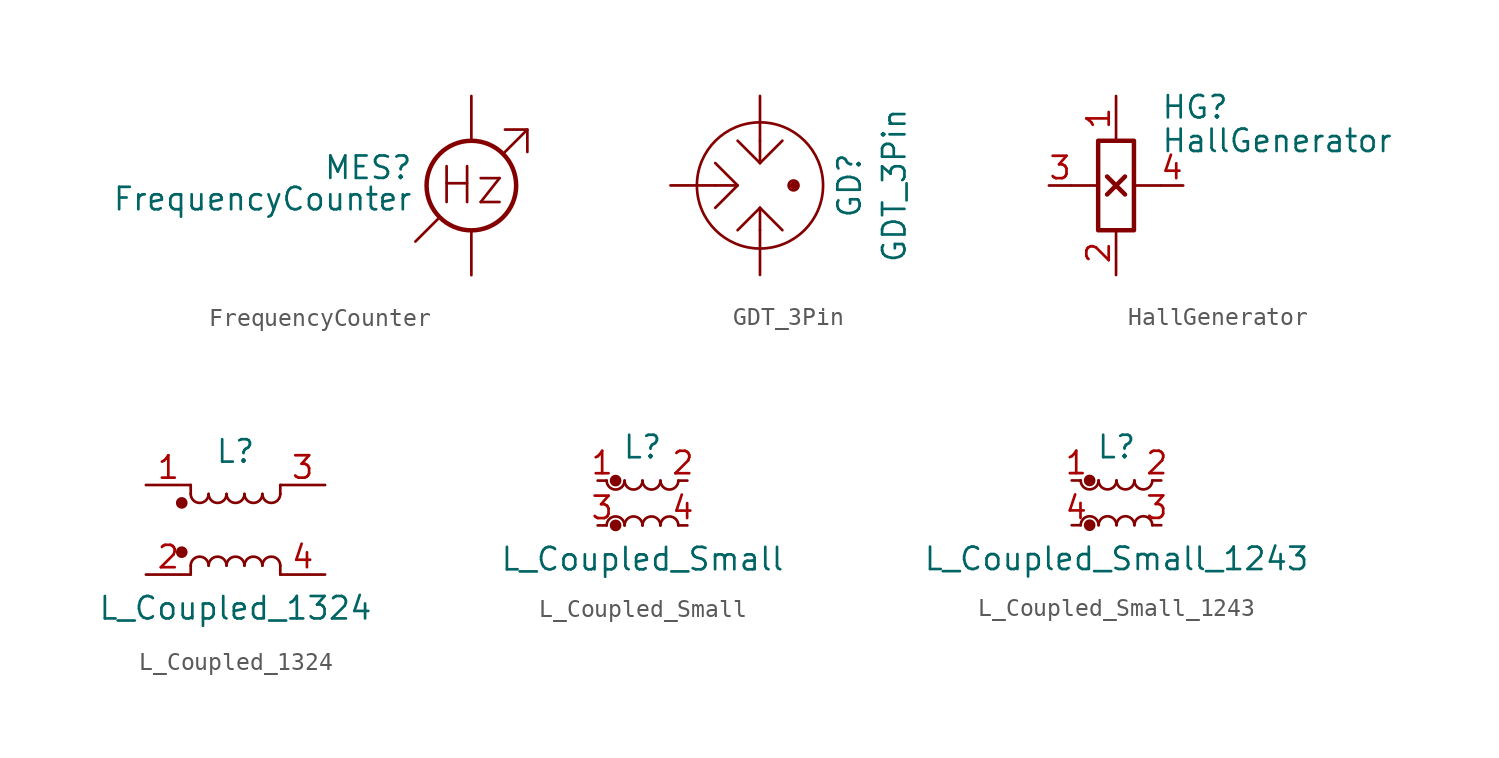
<source format=kicad_sym>
(kicad_symbol_lib
  (version 20220914)
  (generator kicad_symbol_editor)
  (symbol "FrequencyCounter"
    (pin_numbers hide)
    (pin_names
      (offset 0.025) hide)
    (property "Reference" "MES"
      (at -3.302 1.016 0)
      (effects (font (size 1.27 1.27)) (justify right)))
    (property "Value" "FrequencyCounter"
      (at -3.302 -0.762 0)
      (effects (font (size 1.27 1.27)) (justify right)))
    (symbol "FrequencyCounter_0_0"
      (polyline (pts (xy -3.175 -3.175) (xy -1.905 -1.905)) (stroke (width 0) (type default)) (fill (type none)))
      (polyline (pts (xy 1.905 1.905) (xy 3.175 3.175)) (stroke (width 0) (type default)) (fill (type none)))
      (polyline (pts (xy 1.905 3.175) (xy 3.175 3.175) (xy 3.175 1.905)) (stroke (width 0) (type default)) (fill (type none)))
      (text "Hz" (at 0 0 0) (effects (font (size 2.032 2.032)))))
    (symbol "FrequencyCounter_0_1"
      (circle (center 0 0) (radius 2.54) (stroke (width 0.254) (type default)) (fill (type none))))
    (symbol "FrequencyCounter_1_1"
      (pin passive line (at 0 -5.08 90) (length 2.54) (name "-" (effects (font (size 1.27 1.27)))) (number "1" (effects (font (size 1.27 1.27)))))
      (pin passive line (at 0 5.08 270) (length 2.54) (name "+" (effects (font (size 1.27 1.27)))) (number "2" (effects (font (size 1.27 1.27)))))))
  (symbol "GDT_3Pin"
    (pin_numbers hide)
    (property "Reference" "GD"
      (at 5.08 0 90)
      (effects (font (size 1.27 1.27))))
    (property "Value" "GDT_3Pin"
      (at 7.62 0 90)
      (effects (font (size 1.27 1.27))))
    (symbol "GDT_3Pin_0_1"
      (polyline (pts (xy -2.54 0) (xy -1.27 0)) (stroke (width 0) (type default)) (fill (type none)))
      (polyline (pts (xy 0 -2.54) (xy 0 -1.27)) (stroke (width 0) (type default)) (fill (type none)))
      (polyline (pts (xy 0 -1.27) (xy -1.27 -2.54)) (stroke (width 0) (type default)) (fill (type none)))
      (polyline (pts (xy 0 -1.27) (xy 1.27 -2.54)) (stroke (width 0) (type default)) (fill (type none)))
      (polyline (pts (xy 0 1.27) (xy -1.27 2.54)) (stroke (width 0) (type default)) (fill (type none)))
      (polyline (pts (xy 0 1.27) (xy 1.27 2.54)) (stroke (width 0) (type default)) (fill (type none)))
      (polyline (pts (xy 0 2.54) (xy 0 1.27)) (stroke (width 0) (type default)) (fill (type none)))
      (polyline (pts (xy -2.54 1.27) (xy -1.27 0) (xy -2.54 -1.27)) (stroke (width 0) (type default)) (fill (type none)))
      (circle (center 0 0) (radius 3.581) (stroke (width 0) (type default)) (fill (type none)))
      (circle (center 1.905 0) (radius 0.127) (stroke (width 0) (type default)) (fill (type none)))
      (circle (center 1.905 0) (radius 0.127) (stroke (width 0) (type default)) (fill (type none)))
      (circle (center 1.905 0) (radius 0.279) (stroke (width 0) (type default)) (fill (type none)))
      (circle (center 2.032 0) (radius 0.127) (stroke (width 0) (type default)) (fill (type none))))
    (symbol "GDT_3Pin_1_1"
      (pin passive line (at 0 -5.08 90) (length 2.54) (name "~" (effects (font (size 1.27 1.27)))) (number "1" (effects (font (size 1.27 1.27)))))
      (pin passive line (at -5.08 0 0) (length 2.54) (name "~" (effects (font (size 1.27 1.27)))) (number "2" (effects (font (size 1.27 1.27)))))
      (pin passive line (at 0 5.08 270) (length 2.54) (name "~" (effects (font (size 1.27 1.27)))) (number "3" (effects (font (size 1.27 1.27)))))))
  (symbol "HallGenerator"
    (pin_names
      (offset 0) hide)
    (property "Reference" "HG"
      (at 2.54 4.445 0)
      (effects (font (size 1.27 1.27)) (justify left)))
    (property "Value" "HallGenerator"
      (at 2.54 2.54 0)
      (effects (font (size 1.27 1.27)) (justify left)))
    (symbol "HallGenerator_0_1"
      (rectangle (start -1.016 2.54) (end 1.016 -2.54) (stroke (width 0.254) (type default)) (fill (type none)))
      (polyline (pts (xy -1.016 0) (xy -2.54 0)) (stroke (width 0) (type default)) (fill (type none)))
      (polyline (pts (xy -0.508 -0.508) (xy 0.508 0.508)) (stroke (width 0.254) (type default)) (fill (type none)))
      (polyline (pts (xy -0.508 0.508) (xy 0.508 -0.508)) (stroke (width 0.254) (type default)) (fill (type none)))
      (polyline (pts (xy 1.016 0) (xy 2.54 0)) (stroke (width 0) (type default)) (fill (type none))))
    (symbol "HallGenerator_1_1"
      (pin passive line (at 0 5.08 270) (length 2.54) (name "U1" (effects (font (size 1.27 1.27)))) (number "1" (effects (font (size 1.27 1.27)))))
      (pin passive line (at 0 -5.08 90) (length 2.54) (name "U2" (effects (font (size 1.27 1.27)))) (number "2" (effects (font (size 1.27 1.27)))))
      (pin passive line (at -3.81 0 0) (length 1.27) (name "UH1" (effects (font (size 1.27 1.27)))) (number "3" (effects (font (size 1.27 1.27)))))
      (pin passive line (at 3.81 0 180) (length 1.27) (name "UH2" (effects (font (size 1.27 1.27)))) (number "4" (effects (font (size 1.27 1.27)))))))
  (symbol "L_Coupled_1324"
    (pin_names
      (offset 0.254) hide)
    (property "Reference" "L"
      (at 0 4.445 0)
      (effects (font (size 1.27 1.27))))
    (property "Value" "L_Coupled_1324"
      (at 0 -4.445 0)
      (effects (font (size 1.27 1.27))))
    (symbol "L_Coupled_1324_0_1"
      (circle (center -3.048 -1.27) (radius 0.254) (stroke (width 0) (type default)) (fill (type outline)))
      (circle (center -3.048 1.524) (radius 0.254) (stroke (width 0) (type default)) (fill (type outline)))
      (arc (start -2.54 2.032) (mid -2.032 1.5262) (end -1.524 2.032) (stroke (width 0) (type default)) (fill (type none)))
      (arc (start -1.524 -2.032) (mid -2.032 -1.5262) (end -2.54 -2.032) (stroke (width 0) (type default)) (fill (type none)))
      (arc (start -1.524 2.032) (mid -1.016 1.5262) (end -0.508 2.032) (stroke (width 0) (type default)) (fill (type none)))
      (arc (start -0.508 -2.032) (mid -1.016 -1.5262) (end -1.524 -2.032) (stroke (width 0) (type default)) (fill (type none)))
      (arc (start -0.508 2.032) (mid 0 1.5262) (end 0.508 2.032) (stroke (width 0) (type default)) (fill (type none)))
      (polyline (pts (xy -2.54 -2.032) (xy -2.54 -2.54)) (stroke (width 0) (type default)) (fill (type none)))
      (polyline (pts (xy -2.54 2.032) (xy -2.54 2.54)) (stroke (width 0) (type default)) (fill (type none)))
      (polyline (pts (xy 2.54 -2.032) (xy 2.54 -2.54)) (stroke (width 0) (type default)) (fill (type none)))
      (polyline (pts (xy 2.54 2.54) (xy 2.54 2.032)) (stroke (width 0) (type default)) (fill (type none)))
      (arc (start 0.508 -2.032) (mid 0 -1.5262) (end -0.508 -2.032) (stroke (width 0) (type default)) (fill (type none)))
      (arc (start 0.508 2.032) (mid 1.016 1.5262) (end 1.524 2.032) (stroke (width 0) (type default)) (fill (type none)))
      (arc (start 1.524 -2.032) (mid 1.016 -1.5262) (end 0.508 -2.032) (stroke (width 0) (type default)) (fill (type none)))
      (arc (start 1.524 2.032) (mid 2.032 1.5262) (end 2.54 2.032) (stroke (width 0) (type default)) (fill (type none)))
      (arc (start 2.54 -2.032) (mid 2.032 -1.5262) (end 1.524 -2.032) (stroke (width 0) (type default)) (fill (type none))))
    (symbol "L_Coupled_1324_1_1"
      (pin passive line (at -5.08 2.54 0) (length 2.54) (name "1" (effects (font (size 1.27 1.27)))) (number "1" (effects (font (size 1.27 1.27)))))
      (pin passive line (at -5.08 -2.54 0) (length 2.54) (name "2" (effects (font (size 1.27 1.27)))) (number "2" (effects (font (size 1.27 1.27)))))
      (pin passive line (at 5.08 2.54 180) (length 2.54) (name "3" (effects (font (size 1.27 1.27)))) (number "3" (effects (font (size 1.27 1.27)))))
      (pin passive line (at 5.08 -2.54 180) (length 2.54) (name "4" (effects (font (size 1.27 1.27)))) (number "4" (effects (font (size 1.27 1.27)))))))
  (symbol "L_Coupled_Small"
    (pin_names
      (offset 0.254) hide)
    (property "Reference" "L"
      (at 0 3.175 0)
      (effects (font (size 1.27 1.27))))
    (property "Value" "L_Coupled_Small"
      (at 0 -3.175 0)
      (effects (font (size 1.27 1.27))))
    (symbol "L_Coupled_Small_0_1"
      (arc (start -2.032 1.27) (mid -1.524 0.7642) (end -1.016 1.27) (stroke (width 0) (type default)) (fill (type none)))
      (circle (center -1.524 -1.27) (radius 0.254) (stroke (width 0) (type default)) (fill (type outline)))
      (circle (center -1.524 1.27) (radius 0.254) (stroke (width 0) (type default)) (fill (type outline)))
      (arc (start -1.016 -1.27) (mid -1.524 -0.7642) (end -2.032 -1.27) (stroke (width 0) (type default)) (fill (type none)))
      (arc (start -1.016 1.27) (mid -0.508 0.7642) (end 0 1.27) (stroke (width 0) (type default)) (fill (type none)))
      (arc (start 0 -1.27) (mid -0.508 -0.7642) (end -1.016 -1.27) (stroke (width 0) (type default)) (fill (type none)))
      (arc (start 0 1.27) (mid 0.508 0.7642) (end 1.016 1.27) (stroke (width 0) (type default)) (fill (type none)))
      (arc (start 1.016 -1.27) (mid 0.508 -0.7642) (end 0 -1.27) (stroke (width 0) (type default)) (fill (type none)))
      (arc (start 1.016 1.27) (mid 1.524 0.7642) (end 2.032 1.27) (stroke (width 0) (type default)) (fill (type none)))
      (arc (start 2.032 -1.27) (mid 1.524 -0.7642) (end 1.016 -1.27) (stroke (width 0) (type default)) (fill (type none))))
    (symbol "L_Coupled_Small_1_1"
      (pin passive line (at -2.54 1.27 0) (length 0.508) (name "1" (effects (font (size 1.27 1.27)))) (number "1" (effects (font (size 1.27 1.27)))))
      (pin passive line (at 2.54 1.27 180) (length 0.508) (name "2" (effects (font (size 1.27 1.27)))) (number "2" (effects (font (size 1.27 1.27)))))
      (pin passive line (at -2.54 -1.27 0) (length 0.508) (name "3" (effects (font (size 1.27 1.27)))) (number "3" (effects (font (size 1.27 1.27)))))
      (pin passive line (at 2.54 -1.27 180) (length 0.508) (name "4" (effects (font (size 1.27 1.27)))) (number "4" (effects (font (size 1.27 1.27)))))))
  (symbol "L_Coupled_Small_1243"
    (pin_names
      (offset 0.254) hide)
    (property "Reference" "L"
      (at 0 3.175 0)
      (effects (font (size 1.27 1.27))))
    (property "Value" "L_Coupled_Small_1243"
      (at 0 -3.175 0)
      (effects (font (size 1.27 1.27))))
    (symbol "L_Coupled_Small_1243_0_1"
      (arc (start -2.032 1.27) (mid -1.524 0.7642) (end -1.016 1.27) (stroke (width 0) (type default)) (fill (type none)))
      (circle (center -1.524 -1.27) (radius 0.254) (stroke (width 0) (type default)) (fill (type outline)))
      (circle (center -1.524 1.27) (radius 0.254) (stroke (width 0) (type default)) (fill (type outline)))
      (arc (start -1.016 -1.27) (mid -1.524 -0.7642) (end -2.032 -1.27) (stroke (width 0) (type default)) (fill (type none)))
      (arc (start -1.016 1.27) (mid -0.508 0.7642) (end 0 1.27) (stroke (width 0) (type default)) (fill (type none)))
      (arc (start 0 -1.27) (mid -0.508 -0.7642) (end -1.016 -1.27) (stroke (width 0) (type default)) (fill (type none)))
      (arc (start 0 1.27) (mid 0.508 0.7642) (end 1.016 1.27) (stroke (width 0) (type default)) (fill (type none)))
      (arc (start 1.016 -1.27) (mid 0.508 -0.7642) (end 0 -1.27) (stroke (width 0) (type default)) (fill (type none)))
      (arc (start 1.016 1.27) (mid 1.524 0.7642) (end 2.032 1.27) (stroke (width 0) (type default)) (fill (type none)))
      (arc (start 2.032 -1.27) (mid 1.524 -0.7642) (end 1.016 -1.27) (stroke (width 0) (type default)) (fill (type none))))
    (symbol "L_Coupled_Small_1243_1_1"
      (pin passive line (at -2.54 1.27 0) (length 0.508) (name "1" (effects (font (size 1.27 1.27)))) (number "1" (effects (font (size 1.27 1.27)))))
      (pin passive line (at 2.54 1.27 180) (length 0.508) (name "2" (effects (font (size 1.27 1.27)))) (number "2" (effects (font (size 1.27 1.27)))))
      (pin passive line (at 2.54 -1.27 180) (length 0.508) (name "3" (effects (font (size 1.27 1.27)))) (number "3" (effects (font (size 1.27 1.27)))))
      (pin passive line (at -2.54 -1.27 0) (length 0.508) (name "4" (effects (font (size 1.27 1.27)))) (number "4" (effects (font (size 1.27 1.27))))))))
</source>
